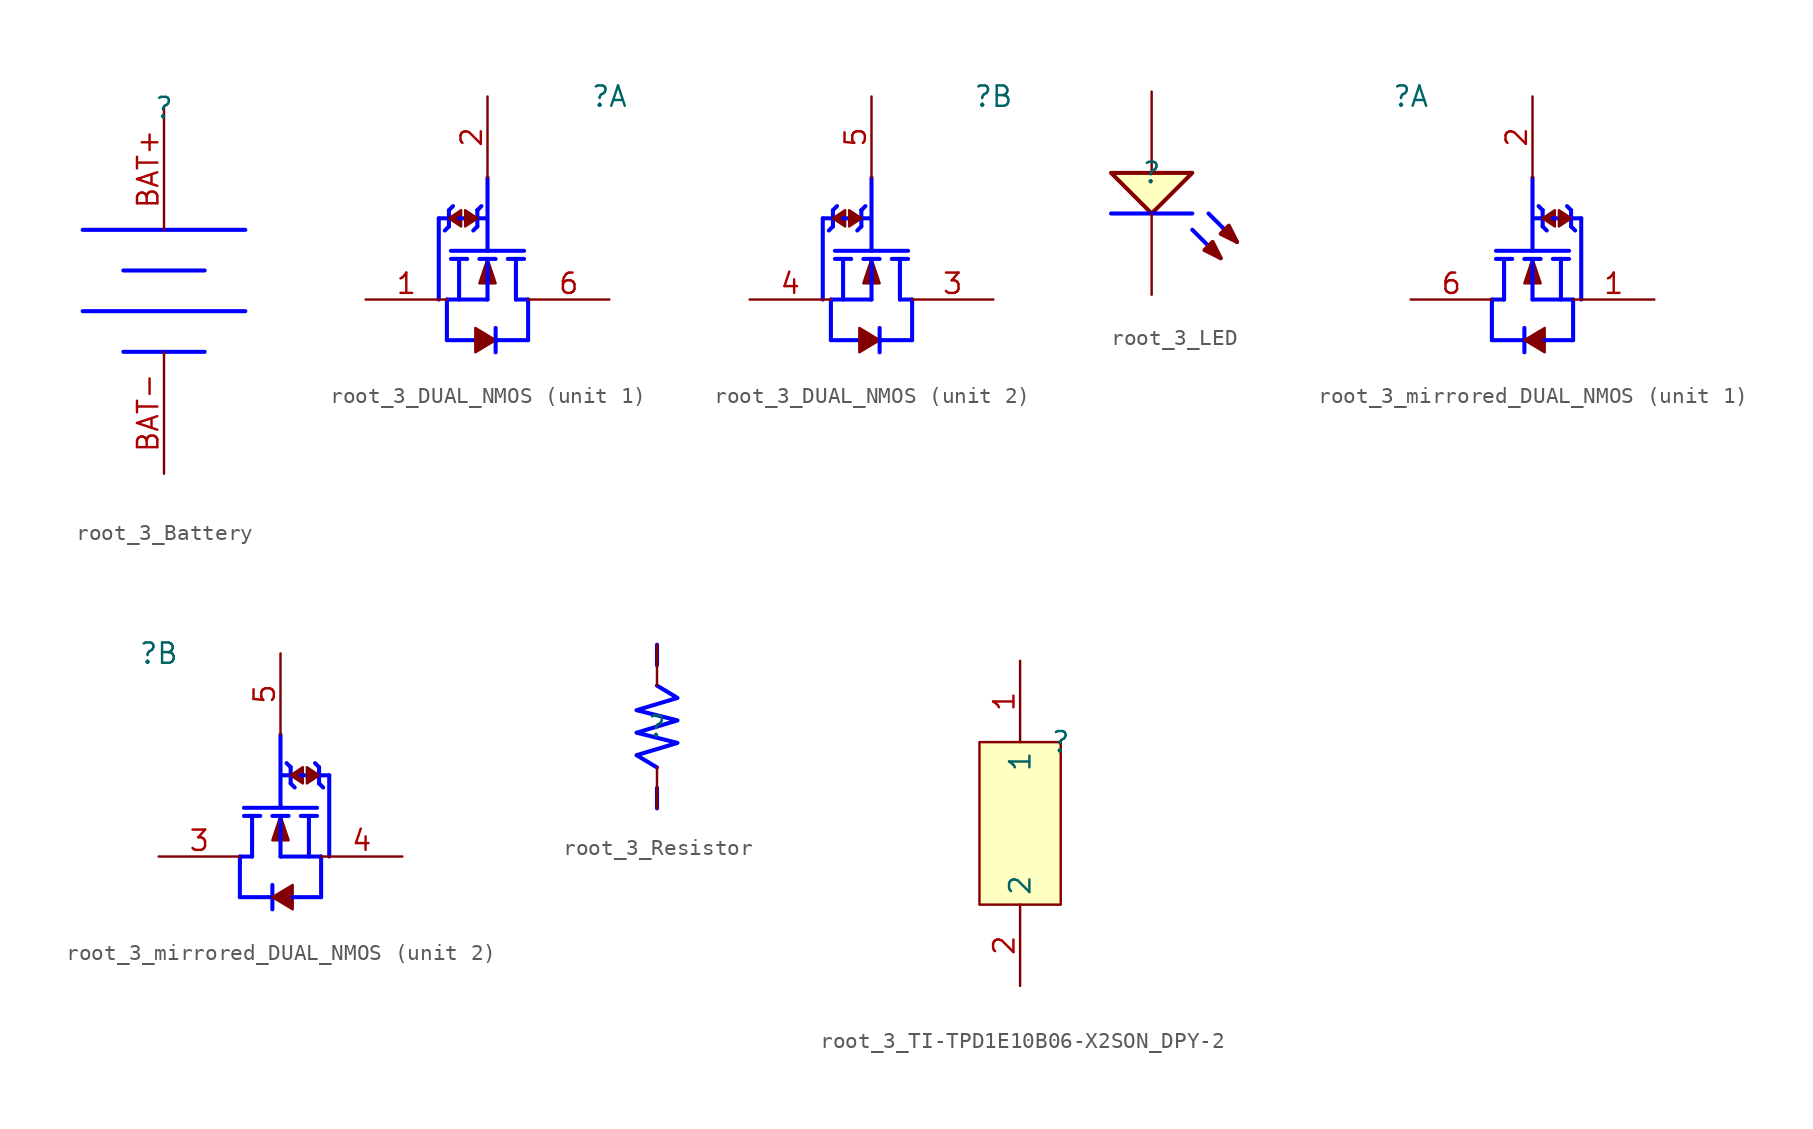
<source format=kicad_sym>
(kicad_symbol_lib
  (version 20220914)
  (generator kicad_symbol_editor)
  (symbol "root_3_Battery"
    (property "Reference" ""
      (at 0 0 0)
      (effects (font (size 1.27 1.27))))
    (property "Value" ""
      (at 0 0 0)
      (effects (font (size 1.27 1.27))))
    (symbol "root_3_Battery_1_0"
      (polyline (pts (xy -5.08 -12.7) (xy 5.08 -12.7)) (stroke (width 0.254) (type solid) (color 0 0 255 1)) (fill (type none)))
      (polyline (pts (xy -5.08 -7.62) (xy 5.08 -7.62)) (stroke (width 0.254) (type solid) (color 0 0 255 1)) (fill (type none)))
      (polyline (pts (xy -2.54 -15.24) (xy 2.54 -15.24)) (stroke (width 0.254) (type solid) (color 0 0 255 1)) (fill (type none)))
      (polyline (pts (xy -2.54 -10.16) (xy 2.54 -10.16)) (stroke (width 0.254) (type solid) (color 0 0 255 1)) (fill (type none)))
      (pin passive line (at 0 0 270) (length 7.62) (name "BAT+" (effects (font (size 0 0)))) (number "BAT+" (effects (font (size 1.27 1.27)))))
      (pin passive line (at 0 -22.86 90) (length 7.62) (name "BAT-" (effects (font (size 0 0)))) (number "BAT-" (effects (font (size 1.27 1.27)))))))
  (symbol "root_3_DUAL_NMOS"
    (property "Reference" ""
      (at 0 0 0)
      (effects (font (size 1.27 1.27))))
    (property "Value" ""
      (at 0 0 0)
      (effects (font (size 1.27 1.27))))
    (symbol "root_3_DUAL_NMOS_1_0"
      (polyline (pts (xy -10.668 -7.62) (xy -10.668 -12.7)) (stroke (width 0.254) (type solid) (color 0 0 255 1)) (fill (type none)))
      (polyline (pts (xy -10.16 -15.24) (xy -8.382 -15.24)) (stroke (width 0.254) (type solid) (color 0 0 255 1)) (fill (type none)))
      (polyline (pts (xy -10.16 -12.7) (xy -10.16 -15.24)) (stroke (width 0.254) (type solid) (color 0 0 255 1)) (fill (type none)))
      (polyline (pts (xy -10.16 -7.62) (xy -10.668 -7.62)) (stroke (width 0.254) (type solid) (color 0 0 255 1)) (fill (type none)))
      (polyline (pts (xy -10.033 -8.128) (xy -10.287 -8.382)) (stroke (width 0.254) (type solid) (color 0 0 255 1)) (fill (type none)))
      (polyline (pts (xy -10.033 -7.112) (xy -10.033 -8.128)) (stroke (width 0.254) (type solid) (color 0 0 255 1)) (fill (type none)))
      (polyline (pts (xy -10.033 -7.112) (xy -9.779 -6.858)) (stroke (width 0.254) (type solid) (color 0 0 255 1)) (fill (type none)))
      (polyline (pts (xy -9.906 -10.16) (xy -8.89 -10.16)) (stroke (width 0.254) (type solid) (color 0 0 255 1)) (fill (type none)))
      (polyline (pts (xy -9.398 -12.7) (xy -9.398 -10.16)) (stroke (width 0.254) (type solid) (color 0 0 255 1)) (fill (type none)))
      (polyline (pts (xy -8.89 -7.62) (xy -9.398 -7.62)) (stroke (width 0.254) (type solid) (color 0 0 255 1)) (fill (type none)))
      (polyline (pts (xy -8.255 -8.128) (xy -8.509 -8.382)) (stroke (width 0.254) (type solid) (color 0 0 255 1)) (fill (type none)))
      (polyline (pts (xy -8.255 -7.62) (xy -7.747 -7.62)) (stroke (width 0.254) (type solid) (color 0 0 255 1)) (fill (type none)))
      (polyline (pts (xy -8.255 -7.112) (xy -8.255 -8.128)) (stroke (width 0.254) (type solid) (color 0 0 255 1)) (fill (type none)))
      (polyline (pts (xy -8.255 -7.112) (xy -8.001 -6.858)) (stroke (width 0.254) (type solid) (color 0 0 255 1)) (fill (type none)))
      (polyline (pts (xy -8.128 -10.16) (xy -7.112 -10.16)) (stroke (width 0.254) (type solid) (color 0 0 255 1)) (fill (type none)))
      (polyline (pts (xy -7.62 -12.7) (xy -10.16 -12.7)) (stroke (width 0.254) (type solid) (color 0 0 255 1)) (fill (type none)))
      (polyline (pts (xy -7.62 -12.7) (xy -7.62 -10.16)) (stroke (width 0.254) (type solid) (color 0 0 255 1)) (fill (type none)))
      (polyline (pts (xy -7.62 -5.08) (xy -7.62 -9.652)) (stroke (width 0.254) (type solid) (color 0 0 255 1)) (fill (type none)))
      (polyline (pts (xy -7.112 -14.478) (xy -7.112 -16.002)) (stroke (width 0.254) (type solid) (color 0 0 255 1)) (fill (type none)))
      (polyline (pts (xy -5.842 -12.7) (xy -5.842 -10.16)) (stroke (width 0.254) (type solid) (color 0 0 255 1)) (fill (type none)))
      (polyline (pts (xy -5.842 -12.7) (xy -5.08 -12.7)) (stroke (width 0.254) (type solid) (color 0 0 255 1)) (fill (type none)))
      (polyline (pts (xy -5.334 -10.16) (xy -6.35 -10.16)) (stroke (width 0.254) (type solid) (color 0 0 255 1)) (fill (type none)))
      (polyline (pts (xy -5.334 -9.652) (xy -9.906 -9.652)) (stroke (width 0.254) (type solid) (color 0 0 255 1)) (fill (type none)))
      (polyline (pts (xy -5.08 -15.24) (xy -7.112 -15.24)) (stroke (width 0.254) (type solid) (color 0 0 255 1)) (fill (type none)))
      (polyline (pts (xy -5.08 -12.7) (xy -5.08 -15.24)) (stroke (width 0.254) (type solid) (color 0 0 255 1)) (fill (type none)))
      (polyline (pts (xy -10.033 -7.62) (xy -9.271 -7.112) (xy -9.271 -8.128) (xy -10.033 -7.62)) (stroke (width 0) (type solid)) (fill (type outline)))
      (polyline (pts (xy -8.255 -7.62) (xy -9.017 -8.128) (xy -9.017 -7.112) (xy -8.255 -7.62)) (stroke (width 0) (type solid)) (fill (type outline)))
      (polyline (pts (xy -7.62 -10.16) (xy -8.128 -11.684) (xy -7.112 -11.684) (xy -7.62 -10.16)) (stroke (width 0) (type solid)) (fill (type outline)))
      (polyline (pts (xy -7.112 -15.24) (xy -8.382 -14.478) (xy -8.382 -16.002) (xy -7.112 -15.24)) (stroke (width 0) (type solid)) (fill (type outline)))
      (pin passive line (at -15.24 -12.7 0) (length 5.08) (name "S1" (effects (font (size 0 0)))) (number "1" (effects (font (size 1.27 1.27)))))
      (pin passive line (at -7.62 0 270) (length 5.08) (name "G1" (effects (font (size 0 0)))) (number "2" (effects (font (size 1.27 1.27)))))
      (pin passive line (at 0 -12.7 180) (length 5.08) (name "D1" (effects (font (size 0 0)))) (number "6" (effects (font (size 1.27 1.27))))))
    (symbol "root_3_DUAL_NMOS_2_0"
      (polyline (pts (xy -10.668 -7.62) (xy -10.668 -12.7)) (stroke (width 0.254) (type solid) (color 0 0 255 1)) (fill (type none)))
      (polyline (pts (xy -10.16 -15.24) (xy -8.382 -15.24)) (stroke (width 0.254) (type solid) (color 0 0 255 1)) (fill (type none)))
      (polyline (pts (xy -10.16 -12.7) (xy -10.16 -15.24)) (stroke (width 0.254) (type solid) (color 0 0 255 1)) (fill (type none)))
      (polyline (pts (xy -10.16 -7.62) (xy -10.668 -7.62)) (stroke (width 0.254) (type solid) (color 0 0 255 1)) (fill (type none)))
      (polyline (pts (xy -10.033 -8.128) (xy -10.287 -8.382)) (stroke (width 0.254) (type solid) (color 0 0 255 1)) (fill (type none)))
      (polyline (pts (xy -10.033 -7.112) (xy -10.033 -8.128)) (stroke (width 0.254) (type solid) (color 0 0 255 1)) (fill (type none)))
      (polyline (pts (xy -10.033 -7.112) (xy -9.779 -6.858)) (stroke (width 0.254) (type solid) (color 0 0 255 1)) (fill (type none)))
      (polyline (pts (xy -9.906 -10.16) (xy -8.89 -10.16)) (stroke (width 0.254) (type solid) (color 0 0 255 1)) (fill (type none)))
      (polyline (pts (xy -9.398 -12.7) (xy -9.398 -10.16)) (stroke (width 0.254) (type solid) (color 0 0 255 1)) (fill (type none)))
      (polyline (pts (xy -8.89 -7.62) (xy -9.398 -7.62)) (stroke (width 0.254) (type solid) (color 0 0 255 1)) (fill (type none)))
      (polyline (pts (xy -8.255 -8.128) (xy -8.509 -8.382)) (stroke (width 0.254) (type solid) (color 0 0 255 1)) (fill (type none)))
      (polyline (pts (xy -8.255 -7.62) (xy -7.747 -7.62)) (stroke (width 0.254) (type solid) (color 0 0 255 1)) (fill (type none)))
      (polyline (pts (xy -8.255 -7.112) (xy -8.255 -8.128)) (stroke (width 0.254) (type solid) (color 0 0 255 1)) (fill (type none)))
      (polyline (pts (xy -8.255 -7.112) (xy -8.001 -6.858)) (stroke (width 0.254) (type solid) (color 0 0 255 1)) (fill (type none)))
      (polyline (pts (xy -8.128 -10.16) (xy -7.112 -10.16)) (stroke (width 0.254) (type solid) (color 0 0 255 1)) (fill (type none)))
      (polyline (pts (xy -7.62 -12.7) (xy -10.16 -12.7)) (stroke (width 0.254) (type solid) (color 0 0 255 1)) (fill (type none)))
      (polyline (pts (xy -7.62 -12.7) (xy -7.62 -10.16)) (stroke (width 0.254) (type solid) (color 0 0 255 1)) (fill (type none)))
      (polyline (pts (xy -7.62 -5.08) (xy -7.62 -9.652)) (stroke (width 0.254) (type solid) (color 0 0 255 1)) (fill (type none)))
      (polyline (pts (xy -7.112 -14.478) (xy -7.112 -16.002)) (stroke (width 0.254) (type solid) (color 0 0 255 1)) (fill (type none)))
      (polyline (pts (xy -5.842 -12.7) (xy -5.842 -10.16)) (stroke (width 0.254) (type solid) (color 0 0 255 1)) (fill (type none)))
      (polyline (pts (xy -5.842 -12.7) (xy -5.08 -12.7)) (stroke (width 0.254) (type solid) (color 0 0 255 1)) (fill (type none)))
      (polyline (pts (xy -5.334 -10.16) (xy -6.35 -10.16)) (stroke (width 0.254) (type solid) (color 0 0 255 1)) (fill (type none)))
      (polyline (pts (xy -5.334 -9.652) (xy -9.906 -9.652)) (stroke (width 0.254) (type solid) (color 0 0 255 1)) (fill (type none)))
      (polyline (pts (xy -5.08 -15.24) (xy -7.112 -15.24)) (stroke (width 0.254) (type solid) (color 0 0 255 1)) (fill (type none)))
      (polyline (pts (xy -5.08 -12.7) (xy -5.08 -15.24)) (stroke (width 0.254) (type solid) (color 0 0 255 1)) (fill (type none)))
      (polyline (pts (xy -10.033 -7.62) (xy -9.271 -7.112) (xy -9.271 -8.128) (xy -10.033 -7.62)) (stroke (width 0) (type solid)) (fill (type outline)))
      (polyline (pts (xy -8.255 -7.62) (xy -9.017 -8.128) (xy -9.017 -7.112) (xy -8.255 -7.62)) (stroke (width 0) (type solid)) (fill (type outline)))
      (polyline (pts (xy -7.62 -10.16) (xy -8.128 -11.684) (xy -7.112 -11.684) (xy -7.62 -10.16)) (stroke (width 0) (type solid)) (fill (type outline)))
      (polyline (pts (xy -7.112 -15.24) (xy -8.382 -14.478) (xy -8.382 -16.002) (xy -7.112 -15.24)) (stroke (width 0) (type solid)) (fill (type outline)))
      (pin passive line (at 0 -12.7 180) (length 5.08) (name "D2" (effects (font (size 0 0)))) (number "3" (effects (font (size 1.27 1.27)))))
      (pin passive line (at -15.24 -12.7 0) (length 5.08) (name "S2" (effects (font (size 0 0)))) (number "4" (effects (font (size 1.27 1.27)))))
      (pin passive line (at -7.62 0 270) (length 5.08) (name "G2" (effects (font (size 0 0)))) (number "5" (effects (font (size 1.27 1.27)))))))
  (symbol "root_3_LED"
    (property "Reference" ""
      (at 0 0 0)
      (effects (font (size 1.27 1.27))))
    (property "Value" ""
      (at 0 0 0)
      (effects (font (size 1.27 1.27))))
    (symbol "root_3_LED_1_0"
      (polyline (pts (xy 2.54 -3.556) (xy 4.318 -5.334)) (stroke (width 0.254) (type solid) (color 0 0 255 1)) (fill (type none)))
      (polyline (pts (xy 2.54 -2.54) (xy -2.54 -2.54)) (stroke (width 0.254) (type solid) (color 0 0 255 1)) (fill (type none)))
      (polyline (pts (xy 3.556 -2.54) (xy 5.334 -4.318)) (stroke (width 0.254) (type solid) (color 0 0 255 1)) (fill (type none)))
      (polyline (pts (xy -2.54 0) (xy 0 -2.54) (xy 2.54 0) (xy -2.54 0)) (stroke (width 0.254) (type solid)) (fill (type background)))
      (polyline (pts (xy 4.318 -5.334) (xy 3.81 -4.318) (xy 3.302 -4.826) (xy 4.318 -5.334)) (stroke (width 0.254) (type solid)) (fill (type outline)))
      (polyline (pts (xy 5.334 -4.318) (xy 4.826 -3.302) (xy 4.318 -3.81) (xy 5.334 -4.318)) (stroke (width 0.254) (type solid)) (fill (type outline)))
      (pin passive line (at 0 5.08 270) (length 5.08) (name "ANODE" (effects (font (size 0 0)))) (number "ANODE" (effects (font (size 0 0)))))
      (pin passive line (at 0 -7.62 90) (length 5.08) (name "CATHODE" (effects (font (size 0 0)))) (number "CATHODE" (effects (font (size 0 0)))))))
  (symbol "root_3_mirrored_DUAL_NMOS"
    (property "Reference" ""
      (at 0 0 0)
      (effects (font (size 1.27 1.27))))
    (property "Value" ""
      (at 0 0 0)
      (effects (font (size 1.27 1.27))))
    (symbol "root_3_mirrored_DUAL_NMOS_1_0"
      (polyline (pts (xy 5.08 -15.24) (xy 7.112 -15.24)) (stroke (width 0.254) (type solid) (color 0 0 255 1)) (fill (type none)))
      (polyline (pts (xy 5.08 -12.7) (xy 5.08 -15.24)) (stroke (width 0.254) (type solid) (color 0 0 255 1)) (fill (type none)))
      (polyline (pts (xy 5.334 -10.16) (xy 6.35 -10.16)) (stroke (width 0.254) (type solid) (color 0 0 255 1)) (fill (type none)))
      (polyline (pts (xy 5.334 -9.652) (xy 9.906 -9.652)) (stroke (width 0.254) (type solid) (color 0 0 255 1)) (fill (type none)))
      (polyline (pts (xy 5.842 -12.7) (xy 5.08 -12.7)) (stroke (width 0.254) (type solid) (color 0 0 255 1)) (fill (type none)))
      (polyline (pts (xy 5.842 -12.7) (xy 5.842 -10.16)) (stroke (width 0.254) (type solid) (color 0 0 255 1)) (fill (type none)))
      (polyline (pts (xy 7.112 -14.478) (xy 7.112 -16.002)) (stroke (width 0.254) (type solid) (color 0 0 255 1)) (fill (type none)))
      (polyline (pts (xy 7.62 -12.7) (xy 7.62 -10.16)) (stroke (width 0.254) (type solid) (color 0 0 255 1)) (fill (type none)))
      (polyline (pts (xy 7.62 -12.7) (xy 10.16 -12.7)) (stroke (width 0.254) (type solid) (color 0 0 255 1)) (fill (type none)))
      (polyline (pts (xy 7.62 -5.08) (xy 7.62 -9.652)) (stroke (width 0.254) (type solid) (color 0 0 255 1)) (fill (type none)))
      (polyline (pts (xy 8.128 -10.16) (xy 7.112 -10.16)) (stroke (width 0.254) (type solid) (color 0 0 255 1)) (fill (type none)))
      (polyline (pts (xy 8.255 -8.128) (xy 8.509 -8.382)) (stroke (width 0.254) (type solid) (color 0 0 255 1)) (fill (type none)))
      (polyline (pts (xy 8.255 -7.62) (xy 7.747 -7.62)) (stroke (width 0.254) (type solid) (color 0 0 255 1)) (fill (type none)))
      (polyline (pts (xy 8.255 -7.112) (xy 8.001 -6.858)) (stroke (width 0.254) (type solid) (color 0 0 255 1)) (fill (type none)))
      (polyline (pts (xy 8.255 -7.112) (xy 8.255 -8.128)) (stroke (width 0.254) (type solid) (color 0 0 255 1)) (fill (type none)))
      (polyline (pts (xy 8.89 -7.62) (xy 9.398 -7.62)) (stroke (width 0.254) (type solid) (color 0 0 255 1)) (fill (type none)))
      (polyline (pts (xy 9.398 -12.7) (xy 9.398 -10.16)) (stroke (width 0.254) (type solid) (color 0 0 255 1)) (fill (type none)))
      (polyline (pts (xy 9.906 -10.16) (xy 8.89 -10.16)) (stroke (width 0.254) (type solid) (color 0 0 255 1)) (fill (type none)))
      (polyline (pts (xy 10.033 -8.128) (xy 10.287 -8.382)) (stroke (width 0.254) (type solid) (color 0 0 255 1)) (fill (type none)))
      (polyline (pts (xy 10.033 -7.112) (xy 9.779 -6.858)) (stroke (width 0.254) (type solid) (color 0 0 255 1)) (fill (type none)))
      (polyline (pts (xy 10.033 -7.112) (xy 10.033 -8.128)) (stroke (width 0.254) (type solid) (color 0 0 255 1)) (fill (type none)))
      (polyline (pts (xy 10.16 -15.24) (xy 8.382 -15.24)) (stroke (width 0.254) (type solid) (color 0 0 255 1)) (fill (type none)))
      (polyline (pts (xy 10.16 -12.7) (xy 10.16 -15.24)) (stroke (width 0.254) (type solid) (color 0 0 255 1)) (fill (type none)))
      (polyline (pts (xy 10.16 -7.62) (xy 10.668 -7.62)) (stroke (width 0.254) (type solid) (color 0 0 255 1)) (fill (type none)))
      (polyline (pts (xy 10.668 -7.62) (xy 10.668 -12.7)) (stroke (width 0.254) (type solid) (color 0 0 255 1)) (fill (type none)))
      (polyline (pts (xy 7.112 -15.24) (xy 8.382 -14.478) (xy 8.382 -16.002) (xy 7.112 -15.24)) (stroke (width 0) (type solid)) (fill (type outline)))
      (polyline (pts (xy 7.62 -10.16) (xy 8.128 -11.684) (xy 7.112 -11.684) (xy 7.62 -10.16)) (stroke (width 0) (type solid)) (fill (type outline)))
      (polyline (pts (xy 8.255 -7.62) (xy 9.017 -8.128) (xy 9.017 -7.112) (xy 8.255 -7.62)) (stroke (width 0) (type solid)) (fill (type outline)))
      (polyline (pts (xy 10.033 -7.62) (xy 9.271 -7.112) (xy 9.271 -8.128) (xy 10.033 -7.62)) (stroke (width 0) (type solid)) (fill (type outline)))
      (pin passive line (at 15.24 -12.7 180) (length 5.08) (name "S1" (effects (font (size 0 0)))) (number "1" (effects (font (size 1.27 1.27)))))
      (pin passive line (at 7.62 0 270) (length 5.08) (name "G1" (effects (font (size 0 0)))) (number "2" (effects (font (size 1.27 1.27)))))
      (pin passive line (at 0 -12.7 0) (length 5.08) (name "D1" (effects (font (size 0 0)))) (number "6" (effects (font (size 1.27 1.27))))))
    (symbol "root_3_mirrored_DUAL_NMOS_2_0"
      (polyline (pts (xy 5.08 -15.24) (xy 7.112 -15.24)) (stroke (width 0.254) (type solid) (color 0 0 255 1)) (fill (type none)))
      (polyline (pts (xy 5.08 -12.7) (xy 5.08 -15.24)) (stroke (width 0.254) (type solid) (color 0 0 255 1)) (fill (type none)))
      (polyline (pts (xy 5.334 -10.16) (xy 6.35 -10.16)) (stroke (width 0.254) (type solid) (color 0 0 255 1)) (fill (type none)))
      (polyline (pts (xy 5.334 -9.652) (xy 9.906 -9.652)) (stroke (width 0.254) (type solid) (color 0 0 255 1)) (fill (type none)))
      (polyline (pts (xy 5.842 -12.7) (xy 5.08 -12.7)) (stroke (width 0.254) (type solid) (color 0 0 255 1)) (fill (type none)))
      (polyline (pts (xy 5.842 -12.7) (xy 5.842 -10.16)) (stroke (width 0.254) (type solid) (color 0 0 255 1)) (fill (type none)))
      (polyline (pts (xy 7.112 -14.478) (xy 7.112 -16.002)) (stroke (width 0.254) (type solid) (color 0 0 255 1)) (fill (type none)))
      (polyline (pts (xy 7.62 -12.7) (xy 7.62 -10.16)) (stroke (width 0.254) (type solid) (color 0 0 255 1)) (fill (type none)))
      (polyline (pts (xy 7.62 -12.7) (xy 10.16 -12.7)) (stroke (width 0.254) (type solid) (color 0 0 255 1)) (fill (type none)))
      (polyline (pts (xy 7.62 -5.08) (xy 7.62 -9.652)) (stroke (width 0.254) (type solid) (color 0 0 255 1)) (fill (type none)))
      (polyline (pts (xy 8.128 -10.16) (xy 7.112 -10.16)) (stroke (width 0.254) (type solid) (color 0 0 255 1)) (fill (type none)))
      (polyline (pts (xy 8.255 -8.128) (xy 8.509 -8.382)) (stroke (width 0.254) (type solid) (color 0 0 255 1)) (fill (type none)))
      (polyline (pts (xy 8.255 -7.62) (xy 7.747 -7.62)) (stroke (width 0.254) (type solid) (color 0 0 255 1)) (fill (type none)))
      (polyline (pts (xy 8.255 -7.112) (xy 8.001 -6.858)) (stroke (width 0.254) (type solid) (color 0 0 255 1)) (fill (type none)))
      (polyline (pts (xy 8.255 -7.112) (xy 8.255 -8.128)) (stroke (width 0.254) (type solid) (color 0 0 255 1)) (fill (type none)))
      (polyline (pts (xy 8.89 -7.62) (xy 9.398 -7.62)) (stroke (width 0.254) (type solid) (color 0 0 255 1)) (fill (type none)))
      (polyline (pts (xy 9.398 -12.7) (xy 9.398 -10.16)) (stroke (width 0.254) (type solid) (color 0 0 255 1)) (fill (type none)))
      (polyline (pts (xy 9.906 -10.16) (xy 8.89 -10.16)) (stroke (width 0.254) (type solid) (color 0 0 255 1)) (fill (type none)))
      (polyline (pts (xy 10.033 -8.128) (xy 10.287 -8.382)) (stroke (width 0.254) (type solid) (color 0 0 255 1)) (fill (type none)))
      (polyline (pts (xy 10.033 -7.112) (xy 9.779 -6.858)) (stroke (width 0.254) (type solid) (color 0 0 255 1)) (fill (type none)))
      (polyline (pts (xy 10.033 -7.112) (xy 10.033 -8.128)) (stroke (width 0.254) (type solid) (color 0 0 255 1)) (fill (type none)))
      (polyline (pts (xy 10.16 -15.24) (xy 8.382 -15.24)) (stroke (width 0.254) (type solid) (color 0 0 255 1)) (fill (type none)))
      (polyline (pts (xy 10.16 -12.7) (xy 10.16 -15.24)) (stroke (width 0.254) (type solid) (color 0 0 255 1)) (fill (type none)))
      (polyline (pts (xy 10.16 -7.62) (xy 10.668 -7.62)) (stroke (width 0.254) (type solid) (color 0 0 255 1)) (fill (type none)))
      (polyline (pts (xy 10.668 -7.62) (xy 10.668 -12.7)) (stroke (width 0.254) (type solid) (color 0 0 255 1)) (fill (type none)))
      (polyline (pts (xy 7.112 -15.24) (xy 8.382 -14.478) (xy 8.382 -16.002) (xy 7.112 -15.24)) (stroke (width 0) (type solid)) (fill (type outline)))
      (polyline (pts (xy 7.62 -10.16) (xy 8.128 -11.684) (xy 7.112 -11.684) (xy 7.62 -10.16)) (stroke (width 0) (type solid)) (fill (type outline)))
      (polyline (pts (xy 8.255 -7.62) (xy 9.017 -8.128) (xy 9.017 -7.112) (xy 8.255 -7.62)) (stroke (width 0) (type solid)) (fill (type outline)))
      (polyline (pts (xy 10.033 -7.62) (xy 9.271 -7.112) (xy 9.271 -8.128) (xy 10.033 -7.62)) (stroke (width 0) (type solid)) (fill (type outline)))
      (pin passive line (at 0 -12.7 0) (length 5.08) (name "D2" (effects (font (size 0 0)))) (number "3" (effects (font (size 1.27 1.27)))))
      (pin passive line (at 15.24 -12.7 180) (length 5.08) (name "S2" (effects (font (size 0 0)))) (number "4" (effects (font (size 1.27 1.27)))))
      (pin passive line (at 7.62 0 270) (length 5.08) (name "G2" (effects (font (size 0 0)))) (number "5" (effects (font (size 1.27 1.27)))))))
  (symbol "root_3_Resistor"
    (property "Reference" ""
      (at 0 0 0)
      (effects (font (size 1.27 1.27))))
    (property "Value" ""
      (at 0 0 0)
      (effects (font (size 1.27 1.27))))
    (symbol "root_3_Resistor_1_0"
      (polyline (pts (xy 0 -3.81) (xy 0 -5.08)) (stroke (width 0.254) (type solid) (color 0 0 255 1)) (fill (type none)))
      (polyline (pts (xy 0 5.08) (xy 0 3.81)) (stroke (width 0.254) (type solid) (color 0 0 255 1)) (fill (type none)))
      (polyline (pts (xy 0 2.54) (xy 1.27 1.778) (xy -1.27 1.016) (xy 1.27 0.381) (xy -1.27 -0.381) (xy 1.27 -1.016) (xy -1.27 -1.778) (xy 0 -2.54)) (stroke (width 0.254) (type solid) (color 0 0 255 1)) (fill (type none)))
      (pin passive line (at 0 5.08 270) (length 2.54) (name "24" (effects (font (size 0 0)))) (number "1" (effects (font (size 0 0)))))
      (pin passive line (at 0 -5.08 90) (length 2.54) (name "2" (effects (font (size 0 0)))) (number "2" (effects (font (size 0 0)))))))
  (symbol "root_3_TI-TPD1E10B06-X2SON_DPY-2"
    (property "Reference" ""
      (at 0 0 0)
      (effects (font (size 1.27 1.27))))
    (property "Value" ""
      (at 0 0 0)
      (effects (font (size 1.27 1.27))))
    (symbol "root_3_TI-TPD1E10B06-X2SON_DPY-2_1_0"
      (rectangle (start 0 0) (end -5.08 -10.16) (stroke (width 0) (type solid)) (fill (type background)))
      (pin passive line (at -2.54 5.08 270) (length 5.08) (name "1" (effects (font (size 1.27 1.27)))) (number "1" (effects (font (size 1.27 1.27)))))
      (pin passive line (at -2.54 -15.24 90) (length 5.08) (name "2" (effects (font (size 1.27 1.27)))) (number "2" (effects (font (size 1.27 1.27))))))))
</source>
